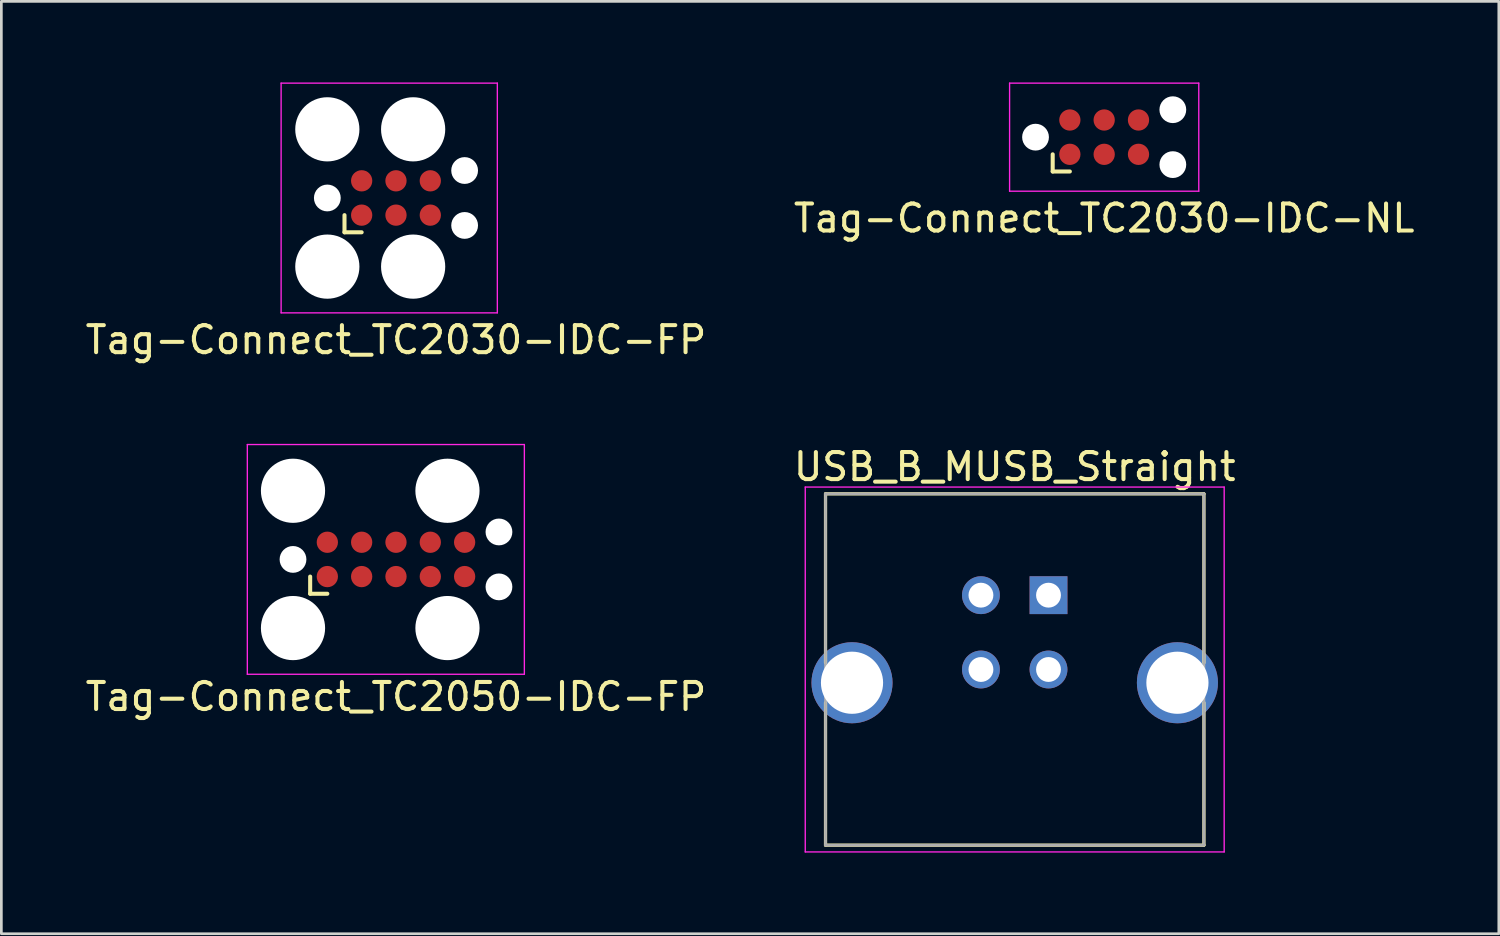
<source format=kicad_pcb>
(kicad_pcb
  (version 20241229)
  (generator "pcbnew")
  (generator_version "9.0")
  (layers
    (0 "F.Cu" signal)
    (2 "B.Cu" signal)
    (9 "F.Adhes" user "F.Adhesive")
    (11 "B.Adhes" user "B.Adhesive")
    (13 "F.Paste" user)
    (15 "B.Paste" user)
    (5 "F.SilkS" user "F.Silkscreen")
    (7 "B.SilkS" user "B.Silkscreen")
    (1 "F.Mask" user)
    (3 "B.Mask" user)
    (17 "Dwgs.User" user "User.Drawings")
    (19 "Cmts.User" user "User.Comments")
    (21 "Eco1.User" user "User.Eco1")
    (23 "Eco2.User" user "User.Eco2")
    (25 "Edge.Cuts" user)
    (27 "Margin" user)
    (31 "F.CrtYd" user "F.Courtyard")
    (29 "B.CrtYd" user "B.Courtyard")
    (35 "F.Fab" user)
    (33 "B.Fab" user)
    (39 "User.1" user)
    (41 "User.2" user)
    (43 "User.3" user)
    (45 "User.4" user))
  (footprint "Tag-Connect_TC2030-IDC-NL"
    (layer "F.Cu")
    (at 37.804 2.025)
    (property "Reference" "Tag-Connect_TC2030-IDC-NL" (at 0 3 0) (layer "F.SilkS") (effects (font (size 1 1) (thickness 0.15))))
    (attr exclude_from_pos_files exclude_from_bom)
    (fp_line (start -1.905 1.27) (end -1.905 0.635) (stroke (width 0.15) (type solid)) (layer "F.SilkS"))
    (fp_line (start -1.27 1.27) (end -1.905 1.27) (stroke (width 0.15) (type solid)) (layer "F.SilkS"))
    (fp_line (start -3.5 -2) (end 3.5 -2) (stroke (width 0.05) (type solid)) (layer "F.CrtYd"))
    (fp_line (start -3.5 2) (end -3.5 -2) (stroke (width 0.05) (type solid)) (layer "F.CrtYd"))
    (fp_line (start 3.5 -2) (end 3.5 2) (stroke (width 0.05) (type solid)) (layer "F.CrtYd"))
    (fp_line (start 3.5 2) (end -3.5 2) (stroke (width 0.05) (type solid)) (layer "F.CrtYd"))
    (pad "" np_thru_hole circle (at -2.54 0) (size 0.991 0.991) (drill 0.991) (layers "*.Cu" "*.Mask"))
    (pad "" np_thru_hole circle (at 2.54 -1.016) (size 0.991 0.991) (drill 0.991) (layers "*.Cu" "*.Mask"))
    (pad "" np_thru_hole circle (at 2.54 1.016) (size 0.991 0.991) (drill 0.991) (layers "*.Cu" "*.Mask"))
    (pad "1" smd circle (at -1.27 0.635) (size 0.787 0.787) (layers "F.Cu" "F.Mask"))
    (pad "2" smd circle (at -1.27 -0.635) (size 0.787 0.787) (layers "F.Cu" "F.Mask"))
    (pad "3" smd circle (at 0 0.635) (size 0.787 0.787) (layers "F.Cu" "F.Mask"))
    (pad "4" smd circle (at 0 -0.635) (size 0.787 0.787) (layers "F.Cu" "F.Mask"))
    (pad "5" smd circle (at 1.27 0.635) (size 0.787 0.787) (layers "F.Cu" "F.Mask"))
    (pad "6" smd circle (at 1.27 -0.635) (size 0.787 0.787) (layers "F.Cu" "F.Mask")))
  (footprint "Tag-Connect_TC2050-IDC-FP"
    (layer "F.Cu")
    (at 11.601 17.648)
    (property "Reference" "Tag-Connect_TC2050-IDC-FP" (at 0 5.08 0) (layer "F.SilkS") (effects (font (size 1 1) (thickness 0.15))))
    (attr exclude_from_pos_files exclude_from_bom)
    (fp_line (start -3.175 1.27) (end -3.175 0.635) (stroke (width 0.15) (type solid)) (layer "F.SilkS"))
    (fp_line (start -2.54 1.27) (end -3.175 1.27) (stroke (width 0.15) (type solid)) (layer "F.SilkS"))
    (fp_line (start -5.5 -4.25) (end 4.75 -4.25) (stroke (width 0.05) (type solid)) (layer "F.CrtYd"))
    (fp_line (start -5.5 4.25) (end -5.5 -4.25) (stroke (width 0.05) (type solid)) (layer "F.CrtYd"))
    (fp_line (start 4.75 -4.25) (end 4.75 4.25) (stroke (width 0.05) (type solid)) (layer "F.CrtYd"))
    (fp_line (start 4.75 4.25) (end -5.5 4.25) (stroke (width 0.05) (type solid)) (layer "F.CrtYd"))
    (pad "" np_thru_hole circle (at -3.81 -2.54) (size 2.375 2.375) (drill 2.375) (layers "*.Cu" "*.Mask"))
    (pad "" np_thru_hole circle (at -3.81 0) (size 0.991 0.991) (drill 0.991) (layers "*.Cu" "*.Mask"))
    (pad "" np_thru_hole circle (at -3.81 2.54) (size 2.375 2.375) (drill 2.375) (layers "*.Cu" "*.Mask"))
    (pad "" np_thru_hole circle (at 1.905 -2.54) (size 2.375 2.375) (drill 2.375) (layers "*.Cu" "*.Mask"))
    (pad "" np_thru_hole circle (at 1.905 2.54) (size 2.375 2.375) (drill 2.375) (layers "*.Cu" "*.Mask"))
    (pad "" np_thru_hole circle (at 3.81 -1.016) (size 0.991 0.991) (drill 0.991) (layers "*.Cu" "*.Mask"))
    (pad "" np_thru_hole circle (at 3.81 1.016) (size 0.991 0.991) (drill 0.991) (layers "*.Cu" "*.Mask"))
    (pad "1" smd circle (at -2.54 0.635) (size 0.787 0.787) (layers "F.Cu" "F.Mask"))
    (pad "2" smd circle (at -1.27 0.635) (size 0.787 0.787) (layers "F.Cu" "F.Mask"))
    (pad "3" smd circle (at 0 0.635) (size 0.787 0.787) (layers "F.Cu" "F.Mask"))
    (pad "4" smd circle (at 1.27 0.635) (size 0.787 0.787) (layers "F.Cu" "F.Mask"))
    (pad "5" smd circle (at 2.54 0.635) (size 0.787 0.787) (layers "F.Cu" "F.Mask"))
    (pad "6" smd circle (at 2.54 -0.635) (size 0.787 0.787) (layers "F.Cu" "F.Mask"))
    (pad "7" smd circle (at 1.27 -0.635) (size 0.787 0.787) (layers "F.Cu" "F.Mask"))
    (pad "8" smd circle (at 0 -0.635) (size 0.787 0.787) (layers "F.Cu" "F.Mask"))
    (pad "9" smd circle (at -1.27 -0.635) (size 0.787 0.787) (layers "F.Cu" "F.Mask"))
    (pad "10" smd circle (at -2.54 -0.635) (size 0.787 0.787) (layers "F.Cu" "F.Mask")))
  (footprint "USB_B_MUSB_Straight"
    (layer "F.Cu")
    (at 35.744 18.971)
    (property "Reference" "USB_B_MUSB_Straight" (at -1.25 -4.75 0) (layer "F.SilkS") (effects (font (size 1 1) (thickness 0.15))))
    (attr through_hole)
    (fp_line (start -8.25 -3.75) (end -8.25 2.503) (stroke (width 0.12) (type solid)) (layer "F.SilkS"))
    (fp_line (start -8.25 -3.75) (end 5.75 -3.75) (stroke (width 0.12) (type solid)) (layer "F.SilkS"))
    (fp_line (start -8.25 3.977) (end -8.25 9.25) (stroke (width 0.12) (type solid)) (layer "F.SilkS"))
    (fp_line (start 5.75 -3.75) (end 5.75 2.503) (stroke (width 0.12) (type solid)) (layer "F.SilkS"))
    (fp_line (start 5.75 3.977) (end 5.75 9.25) (stroke (width 0.12) (type solid)) (layer "F.SilkS"))
    (fp_line (start 5.75 9.25) (end -8.25 9.25) (stroke (width 0.12) (type solid)) (layer "F.SilkS"))
    (fp_line (start -9 -4) (end 6.5 -4) (stroke (width 0.05) (type solid)) (layer "F.CrtYd"))
    (fp_line (start -9 9.5) (end -9 -4) (stroke (width 0.05) (type solid)) (layer "F.CrtYd"))
    (fp_line (start 6.5 -4) (end 6.5 9.5) (stroke (width 0.05) (type solid)) (layer "F.CrtYd"))
    (fp_line (start 6.5 9.5) (end -9 9.5) (stroke (width 0.05) (type solid)) (layer "F.CrtYd"))
    (fp_line (start -8.25 -3.75) (end 5.75 -3.75) (stroke (width 0.1) (type solid)) (layer "F.Fab"))
    (fp_line (start -8.25 9.25) (end -8.25 -3.75) (stroke (width 0.1) (type solid)) (layer "F.Fab"))
    (fp_line (start 5.75 -3.75) (end 5.75 9.25) (stroke (width 0.1) (type solid)) (layer "F.Fab"))
    (fp_line (start 5.75 9.25) (end -8.25 9.25) (stroke (width 0.1) (type solid)) (layer "F.Fab"))
    (pad "1" thru_hole rect (at 0 0) (size 1.4 1.4) (drill 0.92) (layers "*.Cu" "*.Mask"))
    (pad "2" thru_hole circle (at -2.5 0) (size 1.4 1.4) (drill 0.92) (layers "*.Cu" "*.Mask"))
    (pad "3" thru_hole circle (at -2.5 2.75) (size 1.4 1.4) (drill 0.92) (layers "*.Cu" "*.Mask"))
    (pad "4" thru_hole circle (at 0 2.75) (size 1.4 1.4) (drill 0.92) (layers "*.Cu" "*.Mask"))
    (pad "5" thru_hole circle (at -7.27 3.24) (size 3 3) (drill 2.3) (layers "*.Cu" "*.Mask"))
    (pad "5" thru_hole circle (at 4.77 3.24) (size 3 3) (drill 2.3) (layers "*.Cu" "*.Mask")))
  (footprint "Tag-Connect_TC2030-IDC-FP"
    (layer "F.Cu")
    (at 11.601 4.275)
    (property "Reference" "Tag-Connect_TC2030-IDC-FP" (at 0 5.25 0) (layer "F.SilkS") (effects (font (size 1 1) (thickness 0.15))))
    (attr exclude_from_pos_files exclude_from_bom)
    (fp_line (start -1.905 1.27) (end -1.905 0.635) (stroke (width 0.15) (type solid)) (layer "F.SilkS"))
    (fp_line (start -1.27 1.27) (end -1.905 1.27) (stroke (width 0.15) (type solid)) (layer "F.SilkS"))
    (fp_line (start -4.25 -4.25) (end 3.75 -4.25) (stroke (width 0.05) (type solid)) (layer "F.CrtYd"))
    (fp_line (start -4.25 4.25) (end -4.25 -4.25) (stroke (width 0.05) (type solid)) (layer "F.CrtYd"))
    (fp_line (start 3.75 -4.25) (end 3.75 4.25) (stroke (width 0.05) (type solid)) (layer "F.CrtYd"))
    (fp_line (start 3.75 4.25) (end -4.25 4.25) (stroke (width 0.05) (type solid)) (layer "F.CrtYd"))
    (pad "" np_thru_hole circle (at -2.54 -2.54) (size 2.375 2.375) (drill 2.375) (layers "*.Cu" "*.Mask"))
    (pad "" np_thru_hole circle (at -2.54 0) (size 0.991 0.991) (drill 0.991) (layers "*.Cu" "*.Mask"))
    (pad "" np_thru_hole circle (at -2.54 2.54) (size 2.375 2.375) (drill 2.375) (layers "*.Cu" "*.Mask"))
    (pad "" np_thru_hole circle (at 0.635 -2.54) (size 2.375 2.375) (drill 2.375) (layers "*.Cu" "*.Mask"))
    (pad "" np_thru_hole circle (at 0.635 2.54) (size 2.375 2.375) (drill 2.375) (layers "*.Cu" "*.Mask"))
    (pad "" np_thru_hole circle (at 2.54 -1.016) (size 0.991 0.991) (drill 0.991) (layers "*.Cu" "*.Mask"))
    (pad "" np_thru_hole circle (at 2.54 1.016) (size 0.991 0.991) (drill 0.991) (layers "*.Cu" "*.Mask"))
    (pad "1" smd circle (at -1.27 0.635) (size 0.787 0.787) (layers "F.Cu" "F.Mask"))
    (pad "2" smd circle (at -1.27 -0.635) (size 0.787 0.787) (layers "F.Cu" "F.Mask"))
    (pad "3" smd circle (at 0 0.635) (size 0.787 0.787) (layers "F.Cu" "F.Mask"))
    (pad "4" smd circle (at 0 -0.635) (size 0.787 0.787) (layers "F.Cu" "F.Mask"))
    (pad "5" smd circle (at 1.27 0.635) (size 0.787 0.787) (layers "F.Cu" "F.Mask"))
    (pad "6" smd circle (at 1.27 -0.635) (size 0.787 0.787) (layers "F.Cu" "F.Mask")))
  (gr_rect
    (start -3 -3)
    (end 52.405 31.497)
    (stroke (width 0.1) (type default))
    (fill no)
    (layer "Edge.Cuts")))
</source>
